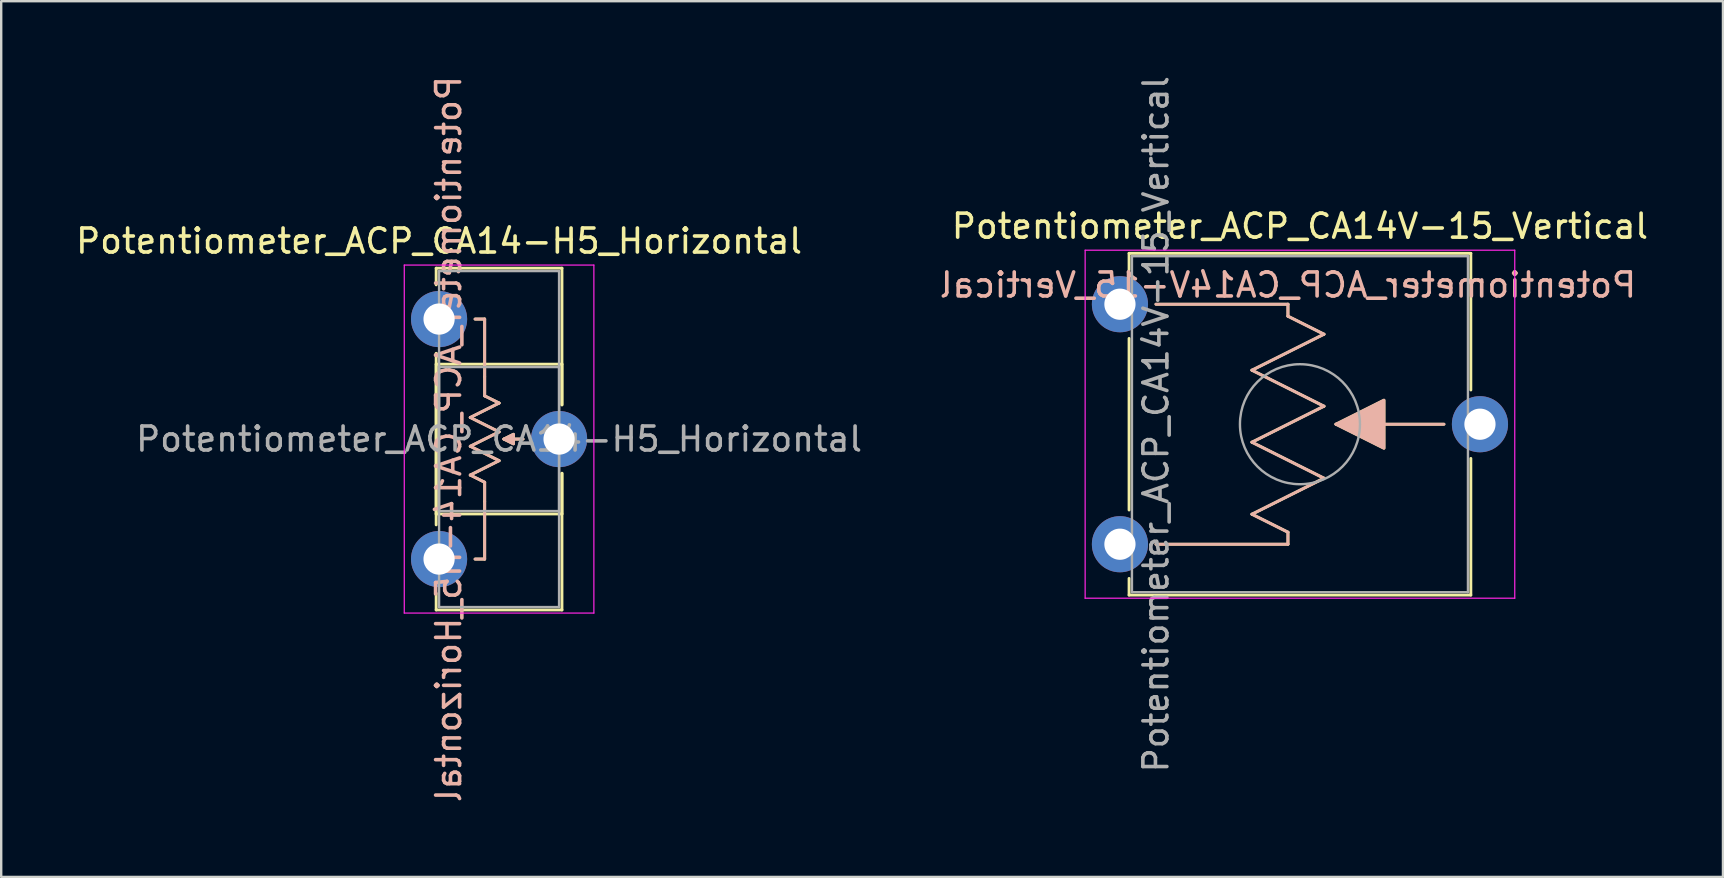
<source format=kicad_pcb>
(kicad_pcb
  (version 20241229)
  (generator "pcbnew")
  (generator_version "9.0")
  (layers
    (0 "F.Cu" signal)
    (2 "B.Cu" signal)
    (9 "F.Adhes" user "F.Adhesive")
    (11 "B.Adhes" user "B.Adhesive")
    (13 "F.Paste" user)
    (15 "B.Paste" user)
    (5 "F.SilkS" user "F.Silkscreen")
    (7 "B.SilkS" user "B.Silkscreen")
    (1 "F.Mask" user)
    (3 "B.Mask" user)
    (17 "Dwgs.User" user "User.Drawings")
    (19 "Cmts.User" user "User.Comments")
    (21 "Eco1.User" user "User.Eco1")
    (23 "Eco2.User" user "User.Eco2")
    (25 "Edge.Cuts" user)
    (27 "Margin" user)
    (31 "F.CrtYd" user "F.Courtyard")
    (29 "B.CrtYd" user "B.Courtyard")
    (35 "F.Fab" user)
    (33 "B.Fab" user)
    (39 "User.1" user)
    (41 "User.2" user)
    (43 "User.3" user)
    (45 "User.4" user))
  (footprint "Potentiometer_ACP_CA14-H5_Horizontal"
    (layer "F.Cu")
    (at 15.244 10.244)
    (property "Reference" "Potentiometer_ACP_CA14-H5_Horizontal" (at 0 -3.25 0) (layer "F.SilkS") (effects (font (size 1 1) (thickness 0.15))))
    (attr through_hole)
    (fp_line (start -0.121 -2.12) (end -0.121 -1.426) (stroke (width 0.12) (type solid)) (layer "F.SilkS"))
    (fp_line (start -0.121 -2.12) (end 5.12 -2.12) (stroke (width 0.12) (type solid)) (layer "F.SilkS"))
    (fp_line (start -0.121 1.426) (end -0.121 8.575) (stroke (width 0.12) (type solid)) (layer "F.SilkS"))
    (fp_line (start -0.121 1.88) (end -0.121 8.121) (stroke (width 0.12) (type solid)) (layer "F.SilkS"))
    (fp_line (start -0.121 1.88) (end 5.12 1.88) (stroke (width 0.12) (type solid)) (layer "F.SilkS"))
    (fp_line (start -0.121 8.121) (end 5.12 8.121) (stroke (width 0.12) (type solid)) (layer "F.SilkS"))
    (fp_line (start -0.121 11.425) (end -0.121 12.12) (stroke (width 0.12) (type solid)) (layer "F.SilkS"))
    (fp_line (start -0.121 12.12) (end 5.12 12.12) (stroke (width 0.12) (type solid)) (layer "F.SilkS"))
    (fp_line (start 1.3 4.1) (end 2.5 4.7) (stroke (width 0.12) (type solid)) (layer "F.SilkS"))
    (fp_line (start 1.3 5.3) (end 2.5 5.9) (stroke (width 0.12) (type solid)) (layer "F.SilkS"))
    (fp_line (start 1.3 6.5) (end 1.9 6.8) (stroke (width 0.12) (type solid)) (layer "F.SilkS"))
    (fp_line (start 1.5 0) (end 1.9 0) (stroke (width 0.12) (type solid)) (layer "F.SilkS"))
    (fp_line (start 1.9 0) (end 1.9 2.4) (stroke (width 0.12) (type solid)) (layer "F.SilkS"))
    (fp_line (start 1.9 3.2) (end 1.9 2.4) (stroke (width 0.12) (type solid)) (layer "F.SilkS"))
    (fp_line (start 1.9 3.2) (end 2.5 3.5) (stroke (width 0.12) (type solid)) (layer "F.SilkS"))
    (fp_line (start 1.9 6.8) (end 1.9 7.6) (stroke (width 0.12) (type solid)) (layer "F.SilkS"))
    (fp_line (start 1.9 7.6) (end 1.9 10) (stroke (width 0.12) (type solid)) (layer "F.SilkS"))
    (fp_line (start 1.9 10) (end 1.5 10) (stroke (width 0.12) (type solid)) (layer "F.SilkS"))
    (fp_line (start 2.5 3.5) (end 1.3 4.1) (stroke (width 0.12) (type solid)) (layer "F.SilkS"))
    (fp_line (start 2.5 4.7) (end 1.3 5.3) (stroke (width 0.12) (type solid)) (layer "F.SilkS"))
    (fp_line (start 2.5 5.9) (end 1.3 6.5) (stroke (width 0.12) (type solid)) (layer "F.SilkS"))
    (fp_line (start 3.5 5) (end 2.7 5) (stroke (width 0.12) (type solid)) (layer "F.SilkS"))
    (fp_line (start 5.12 -2.12) (end 5.12 3.575) (stroke (width 0.12) (type solid)) (layer "F.SilkS"))
    (fp_line (start 5.12 1.88) (end 5.12 3.575) (stroke (width 0.12) (type solid)) (layer "F.SilkS"))
    (fp_line (start 5.12 6.425) (end 5.12 8.121) (stroke (width 0.12) (type solid)) (layer "F.SilkS"))
    (fp_line (start 5.12 6.425) (end 5.12 12.12) (stroke (width 0.12) (type solid)) (layer "F.SilkS"))
    (fp_poly (pts (xy 3.1 5.2) (xy 2.7 5) (xy 3.1 4.8)) (stroke (width 0.12) (type solid)) (fill yes) (layer "F.SilkS"))
    (fp_line (start 1.3 4.1) (end 2.5 4.7) (stroke (width 0.12) (type solid)) (layer "B.SilkS"))
    (fp_line (start 1.3 5.3) (end 2.5 5.9) (stroke (width 0.12) (type solid)) (layer "B.SilkS"))
    (fp_line (start 1.3 6.5) (end 1.9 6.8) (stroke (width 0.12) (type solid)) (layer "B.SilkS"))
    (fp_line (start 1.5 0) (end 1.9 0) (stroke (width 0.12) (type solid)) (layer "B.SilkS"))
    (fp_line (start 1.9 0) (end 1.9 3.2) (stroke (width 0.12) (type solid)) (layer "B.SilkS"))
    (fp_line (start 1.9 3.2) (end 2.5 3.5) (stroke (width 0.12) (type solid)) (layer "B.SilkS"))
    (fp_line (start 1.9 6.8) (end 1.9 10) (stroke (width 0.12) (type solid)) (layer "B.SilkS"))
    (fp_line (start 1.9 10) (end 1.5 10) (stroke (width 0.12) (type solid)) (layer "B.SilkS"))
    (fp_line (start 2.5 3.5) (end 1.3 4.1) (stroke (width 0.12) (type solid)) (layer "B.SilkS"))
    (fp_line (start 2.5 4.7) (end 1.3 5.3) (stroke (width 0.12) (type solid)) (layer "B.SilkS"))
    (fp_line (start 2.5 5.9) (end 1.3 6.5) (stroke (width 0.12) (type solid)) (layer "B.SilkS"))
    (fp_line (start 3.5 5) (end 2.7 5) (stroke (width 0.12) (type solid)) (layer "B.SilkS"))
    (fp_poly (pts (xy 3.1 5.2) (xy 2.7 5) (xy 3.1 4.8)) (stroke (width 0.12) (type solid)) (fill yes) (layer "B.SilkS"))
    (fp_line (start -1.45 -2.25) (end -1.45 12.25) (stroke (width 0.05) (type solid)) (layer "F.CrtYd"))
    (fp_line (start -1.45 12.25) (end 6.45 12.25) (stroke (width 0.05) (type solid)) (layer "F.CrtYd"))
    (fp_line (start 6.45 -2.25) (end -1.45 -2.25) (stroke (width 0.05) (type solid)) (layer "F.CrtYd"))
    (fp_line (start 6.45 12.25) (end 6.45 -2.25) (stroke (width 0.05) (type solid)) (layer "F.CrtYd"))
    (fp_line (start 0 -2) (end 5 -2) (stroke (width 0.1) (type solid)) (layer "F.Fab"))
    (fp_line (start 0 2) (end 0 8) (stroke (width 0.1) (type solid)) (layer "F.Fab"))
    (fp_line (start 0 8) (end 5 8) (stroke (width 0.1) (type solid)) (layer "F.Fab"))
    (fp_line (start 0 12) (end 0 -2) (stroke (width 0.1) (type solid)) (layer "F.Fab"))
    (fp_line (start 5 -2) (end 5 12) (stroke (width 0.1) (type solid)) (layer "F.Fab"))
    (fp_line (start 5 2) (end 0 2) (stroke (width 0.1) (type solid)) (layer "F.Fab"))
    (fp_line (start 5 8) (end 5 2) (stroke (width 0.1) (type solid)) (layer "F.Fab"))
    (fp_line (start 5 12) (end 0 12) (stroke (width 0.1) (type solid)) (layer "F.Fab"))
    (fp_text user "${REFERENCE}" (at 0.4 5 90) (unlocked yes) (layer "B.SilkS") (effects (font (size 1 1) (thickness 0.15)) (justify mirror)))
    (fp_text user "${REFERENCE}" (at 2.5 5 0) (layer "F.Fab") (effects (font (size 1 1) (thickness 0.15))))
    (pad "1" thru_hole circle (at 0 0) (size 2.34 2.34) (drill 1.3) (layers "*.Cu" "*.Mask"))
    (pad "2" thru_hole circle (at 5 5) (size 2.34 2.34) (drill 1.3) (layers "*.Cu" "*.Mask"))
    (pad "3" thru_hole circle (at 0 10) (size 2.34 2.34) (drill 1.3) (layers "*.Cu" "*.Mask")))
  (footprint "Potentiometer_ACP_CA14V-15_Vertical"
    (layer "F.Cu")
    (at 43.613 19.625)
    (property "Reference" "Potentiometer_ACP_CA14V-15_Vertical" (at 7.5 -13.25 0) (layer "F.SilkS") (effects (font (size 1 1) (thickness 0.15))))
    (attr through_hole)
    (fp_line (start 0.38 -12.12) (end 0.38 -11.426) (stroke (width 0.12) (type solid)) (layer "F.SilkS"))
    (fp_line (start 0.38 -12.12) (end 14.62 -12.12) (stroke (width 0.12) (type solid)) (layer "F.SilkS"))
    (fp_line (start 0.38 -8.574) (end 0.38 -1.425) (stroke (width 0.12) (type solid)) (layer "F.SilkS"))
    (fp_line (start 0.38 1.425) (end 0.38 2.12) (stroke (width 0.12) (type solid)) (layer "F.SilkS"))
    (fp_line (start 0.38 2.12) (end 14.62 2.12) (stroke (width 0.12) (type solid)) (layer "F.SilkS"))
    (fp_line (start 5.5 -7.25) (end 8.5 -5.75) (stroke (width 0.12) (type solid)) (layer "F.SilkS"))
    (fp_line (start 5.5 -4.25) (end 8.5 -2.75) (stroke (width 0.12) (type solid)) (layer "F.SilkS"))
    (fp_line (start 5.5 -1.25) (end 7 -0.5) (stroke (width 0.12) (type solid)) (layer "F.SilkS"))
    (fp_line (start 7 -10) (end 1.5 -10) (stroke (width 0.12) (type solid)) (layer "F.SilkS"))
    (fp_line (start 7 -9.5) (end 7 -10) (stroke (width 0.12) (type solid)) (layer "F.SilkS"))
    (fp_line (start 7 -9.5) (end 8.5 -8.75) (stroke (width 0.12) (type solid)) (layer "F.SilkS"))
    (fp_line (start 7 -0.5) (end 7 0) (stroke (width 0.12) (type solid)) (layer "F.SilkS"))
    (fp_line (start 7 0) (end 1.5 0) (stroke (width 0.12) (type solid)) (layer "F.SilkS"))
    (fp_line (start 8.5 -8.75) (end 5.5 -7.25) (stroke (width 0.12) (type solid)) (layer "F.SilkS"))
    (fp_line (start 8.5 -5.75) (end 5.5 -4.25) (stroke (width 0.12) (type solid)) (layer "F.SilkS"))
    (fp_line (start 8.5 -2.75) (end 5.5 -1.25) (stroke (width 0.12) (type solid)) (layer "F.SilkS"))
    (fp_line (start 13.5 -5) (end 9 -5) (stroke (width 0.12) (type solid)) (layer "F.SilkS"))
    (fp_line (start 14.62 -12.12) (end 14.62 -6.425) (stroke (width 0.12) (type solid)) (layer "F.SilkS"))
    (fp_line (start 14.62 -3.575) (end 14.62 2.12) (stroke (width 0.12) (type solid)) (layer "F.SilkS"))
    (fp_poly (pts (xy 11 -4) (xy 9 -5) (xy 11 -6)) (stroke (width 0.12) (type solid)) (fill yes) (layer "F.SilkS"))
    (fp_line (start 1.5 -10) (end 7 -10) (stroke (width 0.12) (type solid)) (layer "B.SilkS"))
    (fp_line (start 5.5 -7.25) (end 8.5 -5.75) (stroke (width 0.12) (type solid)) (layer "B.SilkS"))
    (fp_line (start 5.5 -4.25) (end 8.5 -2.75) (stroke (width 0.12) (type solid)) (layer "B.SilkS"))
    (fp_line (start 5.5 -1.25) (end 7 -0.5) (stroke (width 0.12) (type solid)) (layer "B.SilkS"))
    (fp_line (start 7 -10) (end 7 -9.5) (stroke (width 0.12) (type solid)) (layer "B.SilkS"))
    (fp_line (start 7 -9.5) (end 8.5 -8.75) (stroke (width 0.12) (type solid)) (layer "B.SilkS"))
    (fp_line (start 7 -0.5) (end 7 0) (stroke (width 0.12) (type solid)) (layer "B.SilkS"))
    (fp_line (start 7 0) (end 1.5 0) (stroke (width 0.12) (type solid)) (layer "B.SilkS"))
    (fp_line (start 8.5 -8.75) (end 5.5 -7.25) (stroke (width 0.12) (type solid)) (layer "B.SilkS"))
    (fp_line (start 8.5 -5.75) (end 5.5 -4.25) (stroke (width 0.12) (type solid)) (layer "B.SilkS"))
    (fp_line (start 8.5 -2.75) (end 5.5 -1.25) (stroke (width 0.12) (type solid)) (layer "B.SilkS"))
    (fp_line (start 13.5 -5) (end 9 -5) (stroke (width 0.12) (type solid)) (layer "B.SilkS"))
    (fp_poly (pts (xy 11 -4) (xy 9 -5) (xy 11 -6)) (stroke (width 0.12) (type solid)) (fill yes) (layer "B.SilkS"))
    (fp_line (start -1.45 -12.25) (end -1.45 2.25) (stroke (width 0.05) (type solid)) (layer "F.CrtYd"))
    (fp_line (start -1.45 2.25) (end 16.45 2.25) (stroke (width 0.05) (type solid)) (layer "F.CrtYd"))
    (fp_line (start 16.45 -12.25) (end -1.45 -12.25) (stroke (width 0.05) (type solid)) (layer "F.CrtYd"))
    (fp_line (start 16.45 2.25) (end 16.45 -12.25) (stroke (width 0.05) (type solid)) (layer "F.CrtYd"))
    (fp_line (start 0.5 -12) (end 0.5 2) (stroke (width 0.1) (type solid)) (layer "F.Fab"))
    (fp_line (start 0.5 2) (end 14.5 2) (stroke (width 0.1) (type solid)) (layer "F.Fab"))
    (fp_line (start 14.5 -12) (end 0.5 -12) (stroke (width 0.1) (type solid)) (layer "F.Fab"))
    (fp_line (start 14.5 2) (end 14.5 -12) (stroke (width 0.1) (type solid)) (layer "F.Fab"))
    (fp_circle (center 7.5 -5) (end 10 -5) (stroke (width 0.1) (type solid)) (fill no) (layer "F.Fab"))
    (fp_text user "${REFERENCE}" (at 7 -10.8 0) (unlocked yes) (layer "B.SilkS") (effects (font (size 1 1) (thickness 0.15)) (justify mirror)))
    (fp_text user "${REFERENCE}" (at 1.5 -5 90) (layer "F.Fab") (effects (font (size 1 1) (thickness 0.15))))
    (pad "1" thru_hole circle (at 0 0) (size 2.34 2.34) (drill 1.3) (layers "*.Cu" "*.Mask"))
    (pad "2" thru_hole circle (at 15 -5) (size 2.34 2.34) (drill 1.3) (layers "*.Cu" "*.Mask"))
    (pad "3" thru_hole circle (at 0 -10) (size 2.34 2.34) (drill 1.3) (layers "*.Cu" "*.Mask")))
  (gr_rect
    (start -3 -3)
    (end 68.738 33.488)
    (stroke (width 0.1) (type default))
    (fill no)
    (layer "Edge.Cuts")))
</source>
